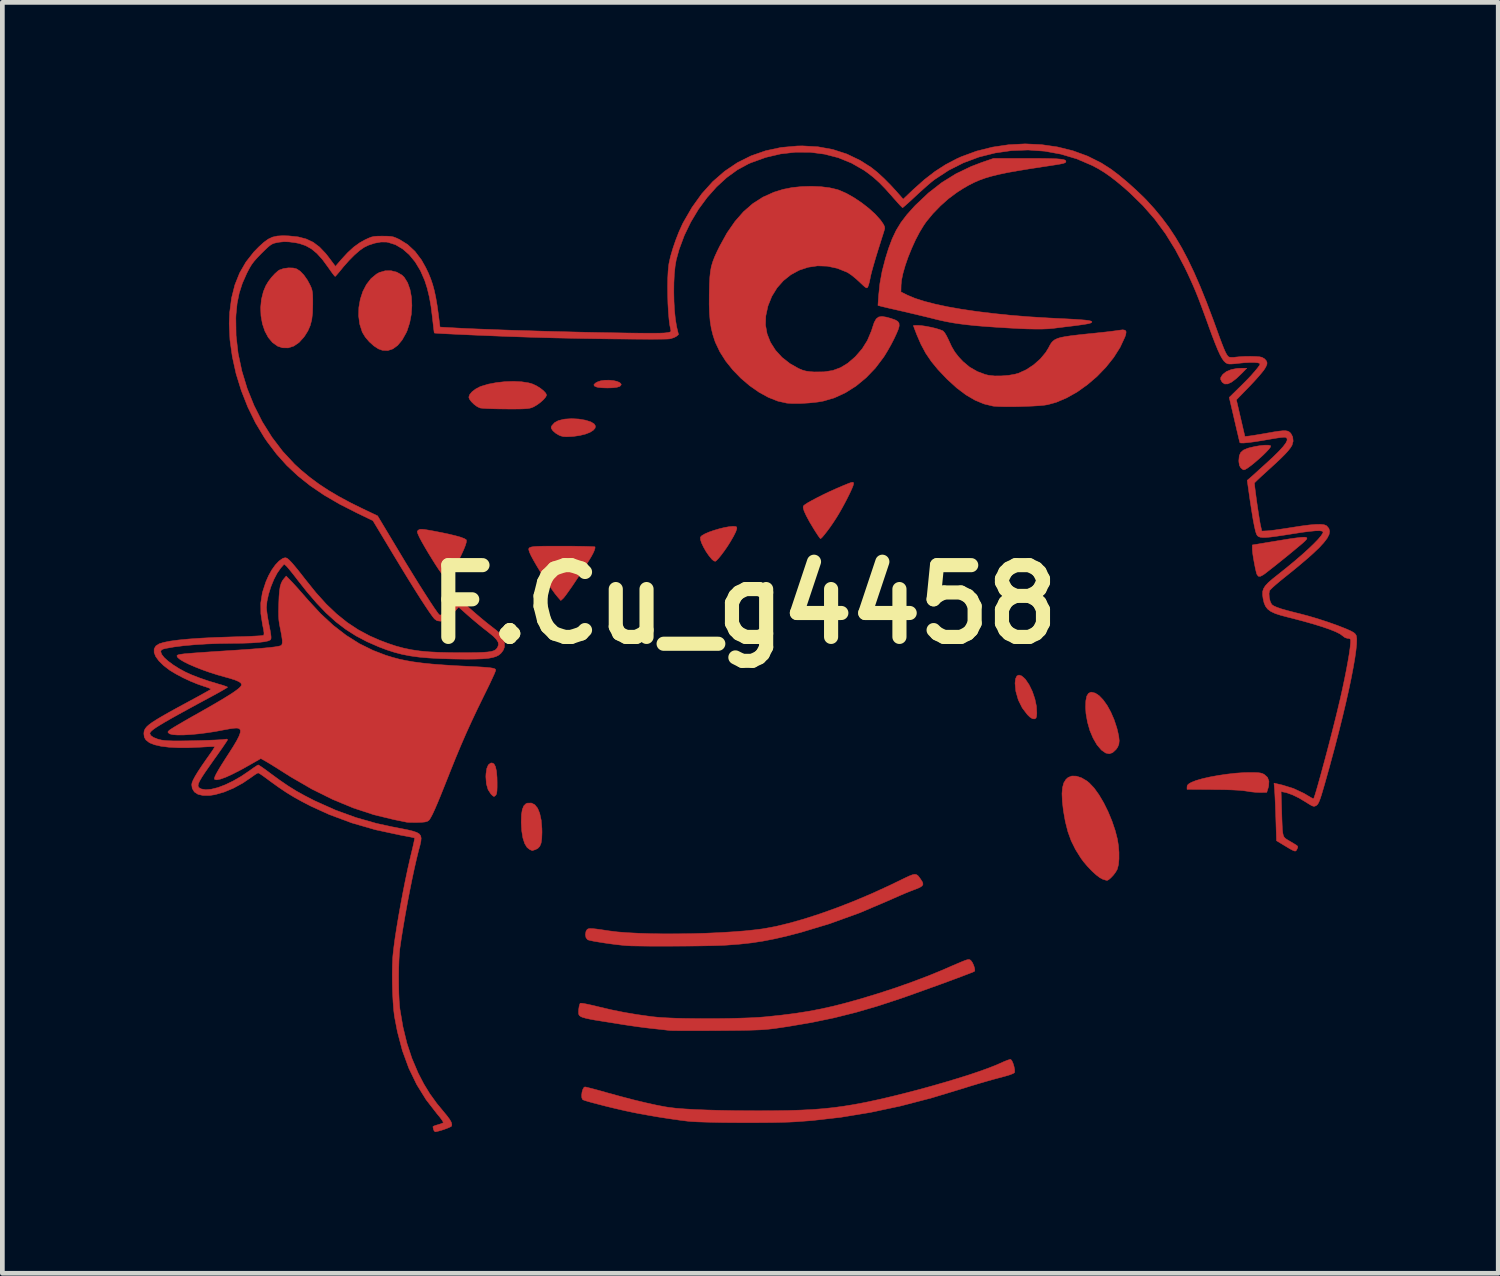
<source format=kicad_pcb>
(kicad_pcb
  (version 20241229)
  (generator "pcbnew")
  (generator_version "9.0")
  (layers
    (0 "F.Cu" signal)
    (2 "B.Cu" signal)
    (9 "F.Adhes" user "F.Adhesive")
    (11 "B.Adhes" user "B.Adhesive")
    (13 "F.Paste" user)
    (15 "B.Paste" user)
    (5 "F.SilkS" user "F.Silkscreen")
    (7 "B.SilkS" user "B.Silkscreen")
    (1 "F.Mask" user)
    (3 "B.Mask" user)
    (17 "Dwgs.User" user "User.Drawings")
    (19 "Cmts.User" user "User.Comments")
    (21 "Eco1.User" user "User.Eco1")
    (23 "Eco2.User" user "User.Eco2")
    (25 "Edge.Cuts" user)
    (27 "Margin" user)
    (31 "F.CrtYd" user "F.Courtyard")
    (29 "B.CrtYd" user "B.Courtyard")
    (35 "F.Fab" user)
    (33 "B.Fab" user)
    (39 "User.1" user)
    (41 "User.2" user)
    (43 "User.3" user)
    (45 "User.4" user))
  (footprint "F.Cu_g4458"
    (layer "F.Cu")
    (at 12.747 9.785)
    (property "Reference" "F.Cu_g4458" (at 0 0 0) (layer "F.SilkS") (effects (font (size 1.524 1.524) (thickness 0.3))))
    (attr through_hole)
    (fp_poly (pts (xy 10.572 -4.908) (xy 10.454 -4.796) (xy 10.355 -4.721) (xy 10.273 -4.683) (xy 10.207 -4.682) (xy 10.157 -4.717) (xy 10.151 -4.725) (xy 10.124 -4.774) (xy 10.124 -4.816) (xy 10.154 -4.865) (xy 10.172 -4.888) (xy 10.245 -4.945) (xy 10.349 -4.988) (xy 10.474 -5.012) (xy 10.56 -5.016) (xy 10.677 -5.016) (xy 10.572 -4.908)) (stroke (width 0.01) (type solid)) (fill yes) (layer "F.Cu"))
    (fp_poly (pts (xy -2.773 -4.754) (xy -2.695 -4.736) (xy -2.637 -4.711) (xy -2.608 -4.679) (xy -2.607 -4.663) (xy -2.635 -4.631) (xy -2.699 -4.611) (xy -2.79 -4.6) (xy -2.897 -4.597) (xy -3.003 -4.6) (xy -3.093 -4.609) (xy -3.129 -4.617) (xy -3.178 -4.64) (xy -3.186 -4.667) (xy -3.153 -4.701) (xy -3.11 -4.725) (xy -3.04 -4.749) (xy -2.954 -4.761) (xy -2.862 -4.762) (xy -2.773 -4.754)) (stroke (width 0.01) (type solid)) (fill yes) (layer "F.Cu"))
    (fp_poly (pts (xy -5.309 3.384) (xy -5.277 3.442) (xy -5.255 3.539) (xy -5.243 3.676) (xy -5.241 3.772) (xy -5.241 3.883) (xy -5.244 3.959) (xy -5.251 4.008) (xy -5.262 4.04) (xy -5.275 4.056) (xy -5.299 4.076) (xy -5.322 4.073) (xy -5.355 4.044) (xy -5.373 4.025) (xy -5.433 3.932) (xy -5.469 3.808) (xy -5.48 3.659) (xy -5.477 3.595) (xy -5.46 3.482) (xy -5.428 3.407) (xy -5.381 3.37) (xy -5.351 3.365) (xy -5.309 3.384)) (stroke (width 0.01) (type solid)) (fill yes) (layer "F.Cu"))
    (fp_poly (pts (xy 5.899 1.519) (xy 5.968 1.58) (xy 5.977 1.59) (xy 6.056 1.706) (xy 6.125 1.849) (xy 6.178 2.006) (xy 6.211 2.162) (xy 6.219 2.304) (xy 6.219 2.31) (xy 6.213 2.377) (xy 6.202 2.412) (xy 6.18 2.427) (xy 6.163 2.431) (xy 6.122 2.424) (xy 6.072 2.391) (xy 6.02 2.341) (xy 5.91 2.197) (xy 5.826 2.028) (xy 5.774 1.846) (xy 5.757 1.672) (xy 5.768 1.577) (xy 5.796 1.519) (xy 5.841 1.499) (xy 5.899 1.519)) (stroke (width 0.01) (type solid)) (fill yes) (layer "F.Cu"))
    (fp_poly (pts (xy 11.179 -3.372) (xy 11.186 -3.366) (xy 11.179 -3.34) (xy 11.144 -3.294) (xy 11.088 -3.234) (xy 11.017 -3.164) (xy 10.936 -3.091) (xy 10.853 -3.019) (xy 10.773 -2.954) (xy 10.702 -2.902) (xy 10.647 -2.868) (xy 10.616 -2.857) (xy 10.584 -2.872) (xy 10.55 -2.902) (xy 10.522 -2.952) (xy 10.51 -3.026) (xy 10.509 -3.059) (xy 10.518 -3.157) (xy 10.549 -3.227) (xy 10.607 -3.278) (xy 10.699 -3.317) (xy 10.744 -3.329) (xy 10.858 -3.355) (xy 10.966 -3.373) (xy 11.061 -3.382) (xy 11.135 -3.382) (xy 11.179 -3.372)) (stroke (width 0.01) (type solid)) (fill yes) (layer "F.Cu"))
    (fp_poly (pts (xy -4.441 4.253) (xy -4.381 4.327) (xy -4.336 4.437) (xy -4.305 4.581) (xy -4.29 4.758) (xy -4.288 4.837) (xy -4.293 4.97) (xy -4.307 5.067) (xy -4.335 5.135) (xy -4.377 5.18) (xy -4.426 5.205) (xy -4.472 5.22) (xy -4.495 5.227) (xy -4.496 5.227) (xy -4.514 5.219) (xy -4.544 5.207) (xy -4.605 5.16) (xy -4.656 5.076) (xy -4.694 4.958) (xy -4.718 4.809) (xy -4.729 4.634) (xy -4.729 4.614) (xy -4.724 4.465) (xy -4.706 4.354) (xy -4.675 4.277) (xy -4.629 4.232) (xy -4.598 4.219) (xy -4.513 4.217) (xy -4.441 4.253)) (stroke (width 0.01) (type solid)) (fill yes) (layer "F.Cu"))
    (fp_poly (pts (xy -3.508 -3.937) (xy -3.366 -3.913) (xy -3.249 -3.876) (xy -3.248 -3.875) (xy -3.181 -3.834) (xy -3.153 -3.789) (xy -3.161 -3.743) (xy -3.202 -3.697) (xy -3.271 -3.654) (xy -3.367 -3.617) (xy -3.486 -3.588) (xy -3.624 -3.568) (xy -3.672 -3.565) (xy -3.768 -3.561) (xy -3.837 -3.565) (xy -3.893 -3.58) (xy -3.928 -3.595) (xy -3.994 -3.634) (xy -4.05 -3.682) (xy -4.061 -3.694) (xy -4.09 -3.738) (xy -4.093 -3.769) (xy -4.078 -3.797) (xy -4.021 -3.86) (xy -3.942 -3.903) (xy -3.832 -3.931) (xy -3.801 -3.936) (xy -3.658 -3.945) (xy -3.508 -3.937)) (stroke (width 0.01) (type solid)) (fill yes) (layer "F.Cu"))
    (fp_poly (pts (xy 7.461 1.883) (xy 7.546 1.94) (xy 7.631 2.03) (xy 7.715 2.148) (xy 7.792 2.289) (xy 7.861 2.448) (xy 7.918 2.622) (xy 7.931 2.672) (xy 7.959 2.798) (xy 7.969 2.895) (xy 7.961 2.971) (xy 7.933 3.035) (xy 7.899 3.082) (xy 7.828 3.147) (xy 7.757 3.171) (xy 7.682 3.155) (xy 7.6 3.098) (xy 7.587 3.087) (xy 7.496 2.98) (xy 7.415 2.84) (xy 7.346 2.677) (xy 7.295 2.498) (xy 7.263 2.315) (xy 7.255 2.18) (xy 7.26 2.045) (xy 7.28 1.947) (xy 7.316 1.888) (xy 7.368 1.863) (xy 7.38 1.863) (xy 7.461 1.883)) (stroke (width 0.01) (type solid)) (fill yes) (layer "F.Cu"))
    (fp_poly (pts (xy -0.173 -1.654) (xy -0.155 -1.644) (xy -0.151 -1.61) (xy -0.173 -1.544) (xy -0.222 -1.446) (xy -0.291 -1.327) (xy -0.351 -1.232) (xy -0.416 -1.138) (xy -0.479 -1.053) (xy -0.537 -0.982) (xy -0.582 -0.934) (xy -0.607 -0.916) (xy -0.637 -0.924) (xy -0.677 -0.955) (xy -0.678 -0.957) (xy -0.741 -1.032) (xy -0.802 -1.12) (xy -0.855 -1.212) (xy -0.897 -1.299) (xy -0.922 -1.373) (xy -0.925 -1.424) (xy -0.924 -1.429) (xy -0.893 -1.462) (xy -0.829 -1.499) (xy -0.741 -1.537) (xy -0.638 -1.573) (xy -0.526 -1.606) (xy -0.416 -1.633) (xy -0.315 -1.651) (xy -0.231 -1.659) (xy -0.173 -1.654)) (stroke (width 0.01) (type solid)) (fill yes) (layer "F.Cu"))
    (fp_poly (pts (xy -7.37 -7.055) (xy -7.264 -6.995) (xy -7.213 -6.946) (xy -7.142 -6.832) (xy -7.091 -6.688) (xy -7.06 -6.524) (xy -7.051 -6.346) (xy -7.063 -6.163) (xy -7.097 -5.983) (xy -7.152 -5.813) (xy -7.172 -5.769) (xy -7.257 -5.617) (xy -7.352 -5.502) (xy -7.454 -5.427) (xy -7.562 -5.391) (xy -7.675 -5.396) (xy -7.758 -5.425) (xy -7.856 -5.488) (xy -7.955 -5.577) (xy -8.041 -5.678) (xy -8.103 -5.78) (xy -8.106 -5.788) (xy -8.159 -5.954) (xy -8.182 -6.129) (xy -8.177 -6.307) (xy -8.146 -6.482) (xy -8.092 -6.647) (xy -8.015 -6.795) (xy -7.918 -6.92) (xy -7.803 -7.015) (xy -7.74 -7.05) (xy -7.618 -7.085) (xy -7.491 -7.086) (xy -7.37 -7.055)) (stroke (width 0.01) (type solid)) (fill yes) (layer "F.Cu"))
    (fp_poly (pts (xy 10.833 3.569) (xy 10.913 3.572) (xy 10.969 3.579) (xy 11.011 3.591) (xy 11.049 3.61) (xy 11.117 3.671) (xy 11.148 3.753) (xy 11.142 3.855) (xy 11.131 3.897) (xy 11.102 3.99) (xy 10.964 3.993) (xy 10.867 3.989) (xy 10.757 3.978) (xy 10.679 3.965) (xy 10.603 3.954) (xy 10.498 3.945) (xy 10.361 3.938) (xy 10.188 3.933) (xy 9.976 3.931) (xy 9.97 3.93) (xy 9.409 3.926) (xy 9.409 3.875) (xy 9.418 3.837) (xy 9.453 3.805) (xy 9.504 3.777) (xy 9.604 3.737) (xy 9.738 3.699) (xy 9.897 3.663) (xy 10.073 3.631) (xy 10.258 3.604) (xy 10.443 3.583) (xy 10.619 3.571) (xy 10.721 3.569) (xy 10.833 3.569)) (stroke (width 0.01) (type solid)) (fill yes) (layer "F.Cu"))
    (fp_poly (pts (xy 11.94 -1.423) (xy 11.956 -1.409) (xy 11.948 -1.386) (xy 11.919 -1.353) (xy 11.872 -1.309) (xy 11.809 -1.255) (xy 11.797 -1.246) (xy 11.711 -1.174) (xy 11.611 -1.091) (xy 11.502 -1.002) (xy 11.39 -0.912) (xy 11.283 -0.826) (xy 11.186 -0.75) (xy 11.106 -0.687) (xy 11.048 -0.643) (xy 11.028 -0.629) (xy 10.965 -0.596) (xy 10.921 -0.6) (xy 10.891 -0.643) (xy 10.882 -0.672) (xy 10.86 -0.764) (xy 10.839 -0.871) (xy 10.819 -0.981) (xy 10.804 -1.081) (xy 10.796 -1.159) (xy 10.795 -1.184) (xy 10.795 -1.263) (xy 11.202 -1.33) (xy 11.415 -1.365) (xy 11.588 -1.393) (xy 11.724 -1.412) (xy 11.827 -1.424) (xy 11.898 -1.428) (xy 11.94 -1.423)) (stroke (width 0.01) (type solid)) (fill yes) (layer "F.Cu"))
    (fp_poly (pts (xy -6.777 -1.591) (xy -6.699 -1.578) (xy -6.592 -1.559) (xy -6.449 -1.531) (xy -6.445 -1.531) (xy -6.27 -1.494) (xy -6.125 -1.459) (xy -6.012 -1.427) (xy -5.935 -1.398) (xy -5.896 -1.372) (xy -5.893 -1.367) (xy -5.894 -1.325) (xy -5.914 -1.255) (xy -5.951 -1.163) (xy -6 -1.056) (xy -6.057 -0.941) (xy -6.121 -0.825) (xy -6.187 -0.715) (xy -6.251 -0.618) (xy -6.277 -0.582) (xy -6.321 -0.524) (xy -6.429 -0.67) (xy -6.485 -0.749) (xy -6.553 -0.853) (xy -6.627 -0.971) (xy -6.703 -1.095) (xy -6.775 -1.217) (xy -6.838 -1.327) (xy -6.886 -1.416) (xy -6.906 -1.459) (xy -6.93 -1.516) (xy -6.936 -1.548) (xy -6.925 -1.568) (xy -6.912 -1.579) (xy -6.893 -1.59) (xy -6.868 -1.596) (xy -6.832 -1.596) (xy -6.777 -1.591)) (stroke (width 0.01) (type solid)) (fill yes) (layer "F.Cu"))
    (fp_poly (pts (xy -9.57 -7.144) (xy -9.502 -7.127) (xy -9.425 -7.078) (xy -9.345 -6.995) (xy -9.269 -6.887) (xy -9.213 -6.782) (xy -9.189 -6.729) (xy -9.173 -6.681) (xy -9.163 -6.629) (xy -9.157 -6.564) (xy -9.155 -6.475) (xy -9.155 -6.371) (xy -9.16 -6.193) (xy -9.177 -6.046) (xy -9.21 -5.921) (xy -9.26 -5.807) (xy -9.33 -5.696) (xy -9.343 -5.678) (xy -9.447 -5.563) (xy -9.559 -5.486) (xy -9.677 -5.448) (xy -9.797 -5.45) (xy -9.901 -5.484) (xy -10.01 -5.561) (xy -10.101 -5.67) (xy -10.173 -5.805) (xy -10.225 -5.96) (xy -10.255 -6.127) (xy -10.262 -6.302) (xy -10.246 -6.476) (xy -10.204 -6.644) (xy -10.152 -6.768) (xy -10.1 -6.855) (xy -10.033 -6.944) (xy -9.96 -7.023) (xy -9.893 -7.083) (xy -9.863 -7.102) (xy -9.775 -7.133) (xy -9.671 -7.147) (xy -9.57 -7.144)) (stroke (width 0.01) (type solid)) (fill yes) (layer "F.Cu"))
    (fp_poly (pts (xy 2.318 -2.593) (xy 2.327 -2.583) (xy 2.328 -2.564) (xy 2.328 -2.561) (xy 2.318 -2.522) (xy 2.29 -2.453) (xy 2.248 -2.362) (xy 2.195 -2.255) (xy 2.135 -2.14) (xy 2.071 -2.023) (xy 2.007 -1.912) (xy 1.957 -1.831) (xy 1.897 -1.739) (xy 1.833 -1.646) (xy 1.769 -1.559) (xy 1.711 -1.485) (xy 1.664 -1.429) (xy 1.633 -1.4) (xy 1.626 -1.397) (xy 1.609 -1.414) (xy 1.576 -1.46) (xy 1.532 -1.527) (xy 1.493 -1.588) (xy 1.395 -1.751) (xy 1.324 -1.883) (xy 1.278 -1.983) (xy 1.258 -2.052) (xy 1.262 -2.091) (xy 1.292 -2.117) (xy 1.354 -2.158) (xy 1.443 -2.208) (xy 1.553 -2.266) (xy 1.676 -2.328) (xy 1.807 -2.391) (xy 1.94 -2.451) (xy 1.99 -2.473) (xy 2.112 -2.525) (xy 2.2 -2.561) (xy 2.261 -2.584) (xy 2.298 -2.594) (xy 2.318 -2.593)) (stroke (width 0.01) (type solid)) (fill yes) (layer "F.Cu"))
    (fp_poly (pts (xy -4.719 -4.728) (xy -4.571 -4.705) (xy -4.486 -4.68) (xy -4.403 -4.641) (xy -4.323 -4.591) (xy -4.255 -4.537) (xy -4.208 -4.486) (xy -4.191 -4.446) (xy -4.208 -4.407) (xy -4.252 -4.354) (xy -4.314 -4.297) (xy -4.386 -4.243) (xy -4.458 -4.2) (xy -4.479 -4.19) (xy -4.514 -4.176) (xy -4.553 -4.166) (xy -4.6 -4.159) (xy -4.663 -4.154) (xy -4.748 -4.151) (xy -4.861 -4.15) (xy -5.008 -4.15) (xy -5.055 -4.151) (xy -5.198 -4.152) (xy -5.33 -4.155) (xy -5.444 -4.159) (xy -5.533 -4.164) (xy -5.59 -4.17) (xy -5.604 -4.172) (xy -5.665 -4.201) (xy -5.73 -4.249) (xy -5.788 -4.306) (xy -5.829 -4.362) (xy -5.842 -4.402) (xy -5.823 -4.457) (xy -5.772 -4.517) (xy -5.696 -4.575) (xy -5.605 -4.623) (xy -5.581 -4.632) (xy -5.428 -4.678) (xy -5.254 -4.711) (xy -5.071 -4.731) (xy -4.89 -4.737) (xy -4.719 -4.728)) (stroke (width 0.01) (type solid)) (fill yes) (layer "F.Cu"))
    (fp_poly (pts (xy -3.688 -1.238) (xy -3.537 -1.236) (xy -3.404 -1.234) (xy -3.295 -1.231) (xy -3.216 -1.228) (xy -3.17 -1.224) (xy -3.162 -1.222) (xy -3.162 -1.196) (xy -3.178 -1.144) (xy -3.205 -1.084) (xy -3.236 -1.026) (xy -3.286 -0.943) (xy -3.349 -0.842) (xy -3.422 -0.728) (xy -3.5 -0.609) (xy -3.579 -0.49) (xy -3.654 -0.378) (xy -3.723 -0.28) (xy -3.78 -0.201) (xy -3.821 -0.148) (xy -3.836 -0.131) (xy -3.889 -0.083) (xy -3.955 -0.159) (xy -4.012 -0.229) (xy -4.082 -0.326) (xy -4.16 -0.441) (xy -4.243 -0.567) (xy -4.325 -0.697) (xy -4.401 -0.823) (xy -4.467 -0.937) (xy -4.519 -1.033) (xy -4.551 -1.103) (xy -4.552 -1.107) (xy -4.564 -1.142) (xy -4.57 -1.17) (xy -4.566 -1.192) (xy -4.549 -1.208) (xy -4.513 -1.22) (xy -4.456 -1.229) (xy -4.374 -1.234) (xy -4.262 -1.237) (xy -4.118 -1.238) (xy -3.936 -1.238) (xy -3.853 -1.238) (xy -3.688 -1.238)) (stroke (width 0.01) (type solid)) (fill yes) (layer "F.Cu"))
    (fp_poly (pts (xy 7.059 3.646) (xy 7.165 3.68) (xy 7.275 3.744) (xy 7.335 3.792) (xy 7.437 3.9) (xy 7.539 4.042) (xy 7.639 4.211) (xy 7.732 4.399) (xy 7.815 4.599) (xy 7.884 4.803) (xy 7.929 4.977) (xy 7.952 5.119) (xy 7.964 5.265) (xy 7.964 5.404) (xy 7.953 5.525) (xy 7.929 5.618) (xy 7.924 5.63) (xy 7.891 5.687) (xy 7.845 5.748) (xy 7.793 5.803) (xy 7.746 5.844) (xy 7.712 5.861) (xy 7.709 5.861) (xy 7.681 5.854) (xy 7.63 5.838) (xy 7.621 5.836) (xy 7.559 5.803) (xy 7.479 5.742) (xy 7.39 5.661) (xy 7.299 5.566) (xy 7.213 5.465) (xy 7.155 5.386) (xy 7.041 5.204) (xy 6.95 5.021) (xy 6.879 4.825) (xy 6.824 4.608) (xy 6.783 4.374) (xy 6.761 4.178) (xy 6.754 4.017) (xy 6.765 3.889) (xy 6.792 3.789) (xy 6.838 3.715) (xy 6.884 3.674) (xy 6.963 3.643) (xy 7.059 3.646)) (stroke (width 0.01) (type solid)) (fill yes) (layer "F.Cu"))
    (fp_poly (pts (xy 3.665 5.738) (xy 3.697 5.761) (xy 3.728 5.8) (xy 3.756 5.84) (xy 3.792 5.897) (xy 3.802 5.941) (xy 3.783 5.977) (xy 3.731 6.011) (xy 3.643 6.047) (xy 3.608 6.06) (xy 3.532 6.089) (xy 3.428 6.131) (xy 3.307 6.183) (xy 3.18 6.239) (xy 3.102 6.274) (xy 2.461 6.547) (xy 1.819 6.779) (xy 1.207 6.964) (xy 0.915 7.04) (xy 0.65 7.101) (xy 0.403 7.149) (xy 0.161 7.186) (xy -0.086 7.213) (xy -0.349 7.233) (xy -0.434 7.238) (xy -0.535 7.242) (xy -0.668 7.246) (xy -0.826 7.249) (xy -1.004 7.252) (xy -1.196 7.254) (xy -1.395 7.255) (xy -1.595 7.256) (xy -1.79 7.256) (xy -1.973 7.256) (xy -2.14 7.254) (xy -2.283 7.252) (xy -2.396 7.25) (xy -2.473 7.246) (xy -2.477 7.246) (xy -2.578 7.237) (xy -2.696 7.224) (xy -2.822 7.208) (xy -2.949 7.19) (xy -3.069 7.171) (xy -3.174 7.154) (xy -3.256 7.137) (xy -3.307 7.124) (xy -3.318 7.12) (xy -3.354 7.075) (xy -3.366 7.011) (xy -3.354 6.943) (xy -3.337 6.912) (xy -3.322 6.896) (xy -3.3 6.886) (xy -3.265 6.882) (xy -3.212 6.884) (xy -3.134 6.892) (xy -3.027 6.907) (xy -2.885 6.928) (xy -2.868 6.931) (xy -2.692 6.953) (xy -2.48 6.97) (xy -2.238 6.982) (xy -1.973 6.991) (xy -1.69 6.995) (xy -1.396 6.994) (xy -1.096 6.99) (xy -0.798 6.981) (xy -0.507 6.968) (xy -0.23 6.951) (xy 0.029 6.931) (xy 0.261 6.906) (xy 0.393 6.889) (xy 0.663 6.84) (xy 0.962 6.768) (xy 1.286 6.676) (xy 1.629 6.565) (xy 1.986 6.437) (xy 2.352 6.294) (xy 2.722 6.137) (xy 3.091 5.968) (xy 3.289 5.872) (xy 3.415 5.811) (xy 3.509 5.767) (xy 3.578 5.74) (xy 3.628 5.731) (xy 3.665 5.738)) (stroke (width 0.01) (type solid)) (fill yes) (layer "F.Cu"))
    (fp_poly (pts (xy 3.766 -5.921) (xy 3.863 -5.907) (xy 3.967 -5.887) (xy 4.069 -5.863) (xy 4.155 -5.837) (xy 4.216 -5.814) (xy 4.231 -5.805) (xy 4.264 -5.767) (xy 4.303 -5.702) (xy 4.342 -5.623) (xy 4.349 -5.608) (xy 4.411 -5.474) (xy 4.476 -5.364) (xy 4.555 -5.261) (xy 4.651 -5.158) (xy 4.791 -5.041) (xy 4.955 -4.946) (xy 5.127 -4.882) (xy 5.196 -4.866) (xy 5.323 -4.852) (xy 5.47 -4.853) (xy 5.62 -4.865) (xy 5.757 -4.889) (xy 5.831 -4.91) (xy 5.996 -4.985) (xy 6.153 -5.089) (xy 6.295 -5.215) (xy 6.41 -5.353) (xy 6.469 -5.45) (xy 6.498 -5.506) (xy 6.527 -5.553) (xy 6.56 -5.59) (xy 6.601 -5.621) (xy 6.656 -5.647) (xy 6.727 -5.669) (xy 6.821 -5.687) (xy 6.94 -5.705) (xy 7.09 -5.723) (xy 7.274 -5.743) (xy 7.419 -5.757) (xy 7.557 -5.772) (xy 7.689 -5.786) (xy 7.805 -5.8) (xy 7.897 -5.812) (xy 7.956 -5.821) (xy 7.958 -5.821) (xy 8.045 -5.832) (xy 8.096 -5.822) (xy 8.116 -5.789) (xy 8.107 -5.728) (xy 8.089 -5.677) (xy 7.988 -5.46) (xy 7.852 -5.245) (xy 7.687 -5.038) (xy 7.499 -4.843) (xy 7.293 -4.667) (xy 7.076 -4.512) (xy 6.852 -4.386) (xy 6.628 -4.291) (xy 6.449 -4.242) (xy 6.371 -4.23) (xy 6.261 -4.22) (xy 6.127 -4.212) (xy 5.977 -4.206) (xy 5.821 -4.201) (xy 5.668 -4.199) (xy 5.527 -4.2) (xy 5.406 -4.203) (xy 5.315 -4.209) (xy 5.288 -4.212) (xy 5.097 -4.258) (xy 4.907 -4.337) (xy 4.716 -4.449) (xy 4.519 -4.597) (xy 4.314 -4.784) (xy 4.295 -4.804) (xy 4.121 -4.987) (xy 3.978 -5.161) (xy 3.859 -5.337) (xy 3.758 -5.526) (xy 3.667 -5.736) (xy 3.661 -5.753) (xy 3.632 -5.828) (xy 3.61 -5.887) (xy 3.599 -5.918) (xy 3.598 -5.921) (xy 3.617 -5.924) (xy 3.665 -5.926) (xy 3.688 -5.926) (xy 3.766 -5.921)) (stroke (width 0.01) (type solid)) (fill yes) (layer "F.Cu"))
    (fp_poly (pts (xy 5.689 9.688) (xy 5.714 9.743) (xy 5.735 9.811) (xy 5.748 9.877) (xy 5.749 9.928) (xy 5.745 9.942) (xy 5.715 9.961) (xy 5.649 9.987) (xy 5.549 10.017) (xy 5.421 10.052) (xy 5.407 10.055) (xy 5.284 10.088) (xy 5.133 10.131) (xy 4.968 10.179) (xy 4.803 10.229) (xy 4.657 10.275) (xy 3.98 10.48) (xy 3.323 10.651) (xy 2.683 10.787) (xy 2.057 10.89) (xy 1.441 10.96) (xy 1.101 10.985) (xy 0.965 10.992) (xy 0.8 10.997) (xy 0.612 11.001) (xy 0.408 11.003) (xy 0.192 11.004) (xy -0.028 11.004) (xy -0.247 11.003) (xy -0.459 11.001) (xy -0.657 10.997) (xy -0.837 10.992) (xy -0.991 10.987) (xy -1.115 10.98) (xy -1.192 10.973) (xy -1.38 10.949) (xy -1.595 10.918) (xy -1.822 10.883) (xy -2.047 10.844) (xy -2.256 10.806) (xy -2.381 10.781) (xy -2.509 10.754) (xy -2.649 10.722) (xy -2.794 10.688) (xy -2.937 10.653) (xy -3.073 10.618) (xy -3.196 10.586) (xy -3.298 10.558) (xy -3.374 10.535) (xy -3.417 10.519) (xy -3.423 10.516) (xy -3.442 10.479) (xy -3.446 10.421) (xy -3.438 10.355) (xy -3.42 10.295) (xy -3.396 10.255) (xy -3.376 10.245) (xy -3.347 10.25) (xy -3.284 10.266) (xy -3.193 10.289) (xy -3.082 10.319) (xy -2.956 10.354) (xy -2.927 10.363) (xy -2.62 10.447) (xy -2.338 10.521) (xy -2.084 10.582) (xy -1.862 10.631) (xy -1.675 10.667) (xy -1.598 10.679) (xy -1.451 10.697) (xy -1.264 10.712) (xy -1.041 10.725) (xy -0.784 10.735) (xy -0.495 10.743) (xy -0.179 10.749) (xy 0.163 10.751) (xy 0.296 10.752) (xy 0.633 10.75) (xy 0.934 10.746) (xy 1.206 10.737) (xy 1.453 10.725) (xy 1.684 10.707) (xy 1.903 10.684) (xy 2.118 10.655) (xy 2.334 10.62) (xy 2.557 10.578) (xy 2.645 10.56) (xy 2.903 10.504) (xy 3.174 10.44) (xy 3.454 10.37) (xy 3.738 10.296) (xy 4.019 10.218) (xy 4.293 10.139) (xy 4.555 10.06) (xy 4.799 9.983) (xy 5.02 9.908) (xy 5.212 9.838) (xy 5.371 9.775) (xy 5.438 9.745) (xy 5.523 9.707) (xy 5.596 9.678) (xy 5.647 9.662) (xy 5.665 9.661) (xy 5.689 9.688)) (stroke (width 0.01) (type solid)) (fill yes) (layer "F.Cu"))
    (fp_poly (pts (xy 4.791 7.542) (xy 4.806 7.55) (xy 4.821 7.563) (xy 4.821 7.563) (xy 4.851 7.604) (xy 4.878 7.661) (xy 4.897 7.722) (xy 4.903 7.77) (xy 4.896 7.79) (xy 4.872 7.802) (xy 4.812 7.826) (xy 4.722 7.861) (xy 4.606 7.905) (xy 4.469 7.956) (xy 4.315 8.013) (xy 4.149 8.074) (xy 3.976 8.136) (xy 3.801 8.199) (xy 3.628 8.261) (xy 3.462 8.32) (xy 3.334 8.365) (xy 2.848 8.525) (xy 2.378 8.662) (xy 1.91 8.779) (xy 1.432 8.878) (xy 0.932 8.963) (xy 0.688 8.999) (xy 0.605 9.01) (xy 0.523 9.019) (xy 0.439 9.027) (xy 0.346 9.033) (xy 0.24 9.037) (xy 0.115 9.041) (xy -0.033 9.044) (xy -0.21 9.046) (xy -0.421 9.048) (xy -0.572 9.049) (xy -0.769 9.05) (xy -0.956 9.051) (xy -1.127 9.051) (xy -1.277 9.051) (xy -1.402 9.05) (xy -1.497 9.049) (xy -1.558 9.048) (xy -1.577 9.046) (xy -1.621 9.041) (xy -1.697 9.032) (xy -1.796 9.021) (xy -1.908 9.009) (xy -1.945 9.005) (xy -2.084 8.989) (xy -2.246 8.968) (xy -2.412 8.944) (xy -2.562 8.922) (xy -2.58 8.919) (xy -2.72 8.896) (xy -2.871 8.872) (xy -3.016 8.849) (xy -3.139 8.829) (xy -3.161 8.826) (xy -3.265 8.807) (xy -3.357 8.787) (xy -3.428 8.767) (xy -3.465 8.751) (xy -3.496 8.727) (xy -3.51 8.697) (xy -3.512 8.648) (xy -3.509 8.6) (xy -3.499 8.533) (xy -3.485 8.484) (xy -3.474 8.468) (xy -3.446 8.468) (xy -3.384 8.477) (xy -3.296 8.495) (xy -3.189 8.519) (xy -3.095 8.542) (xy -2.819 8.607) (xy -2.546 8.662) (xy -2.26 8.71) (xy -1.948 8.754) (xy -1.926 8.756) (xy -1.803 8.768) (xy -1.644 8.778) (xy -1.455 8.786) (xy -1.244 8.791) (xy -1.018 8.794) (xy -0.781 8.795) (xy -0.542 8.794) (xy -0.307 8.791) (xy -0.082 8.785) (xy 0.126 8.778) (xy 0.311 8.768) (xy 0.465 8.756) (xy 0.797 8.721) (xy 1.096 8.683) (xy 1.375 8.639) (xy 1.642 8.588) (xy 1.909 8.528) (xy 2.106 8.478) (xy 2.472 8.377) (xy 2.847 8.263) (xy 3.222 8.141) (xy 3.585 8.012) (xy 3.928 7.882) (xy 4.239 7.754) (xy 4.265 7.742) (xy 4.418 7.675) (xy 4.538 7.624) (xy 4.628 7.586) (xy 4.693 7.56) (xy 4.739 7.545) (xy 4.77 7.54) (xy 4.791 7.542)) (stroke (width 0.01) (type solid)) (fill yes) (layer "F.Cu"))
    (fp_poly (pts (xy 6.207 -9.472) (xy 6.385 -9.47) (xy 6.527 -9.467) (xy 6.638 -9.463) (xy 6.72 -9.456) (xy 6.778 -9.448) (xy 6.814 -9.437) (xy 6.833 -9.423) (xy 6.837 -9.41) (xy 6.835 -9.396) (xy 6.827 -9.385) (xy 6.807 -9.374) (xy 6.771 -9.363) (xy 6.713 -9.351) (xy 6.629 -9.337) (xy 6.514 -9.319) (xy 6.362 -9.296) (xy 6.335 -9.292) (xy 6.056 -9.249) (xy 5.814 -9.209) (xy 5.605 -9.172) (xy 5.424 -9.134) (xy 5.266 -9.096) (xy 5.126 -9.055) (xy 5.001 -9.01) (xy 4.884 -8.959) (xy 4.772 -8.902) (xy 4.66 -8.837) (xy 4.542 -8.762) (xy 4.51 -8.74) (xy 4.342 -8.615) (xy 4.173 -8.464) (xy 4.013 -8.299) (xy 3.875 -8.132) (xy 3.819 -8.052) (xy 3.73 -7.906) (xy 3.643 -7.74) (xy 3.562 -7.561) (xy 3.488 -7.379) (xy 3.426 -7.201) (xy 3.378 -7.034) (xy 3.347 -6.888) (xy 3.337 -6.784) (xy 3.334 -6.636) (xy 3.471 -6.568) (xy 3.627 -6.502) (xy 3.822 -6.439) (xy 4.054 -6.379) (xy 4.319 -6.322) (xy 4.614 -6.27) (xy 4.938 -6.222) (xy 5.287 -6.179) (xy 5.657 -6.141) (xy 6.047 -6.109) (xy 6.453 -6.084) (xy 6.646 -6.074) (xy 6.852 -6.064) (xy 7.018 -6.055) (xy 7.149 -6.046) (xy 7.248 -6.038) (xy 7.318 -6.029) (xy 7.362 -6.019) (xy 7.385 -6.009) (xy 7.389 -6.001) (xy 7.382 -5.987) (xy 7.357 -5.974) (xy 7.308 -5.961) (xy 7.231 -5.948) (xy 7.122 -5.932) (xy 6.985 -5.914) (xy 6.865 -5.9) (xy 6.746 -5.885) (xy 6.641 -5.872) (xy 6.564 -5.862) (xy 6.562 -5.862) (xy 6.461 -5.853) (xy 6.329 -5.848) (xy 6.177 -5.848) (xy 6.015 -5.851) (xy 5.884 -5.856) (xy 5.591 -5.872) (xy 5.335 -5.888) (xy 5.112 -5.904) (xy 4.916 -5.92) (xy 4.744 -5.938) (xy 4.59 -5.957) (xy 4.448 -5.978) (xy 4.316 -6.002) (xy 4.186 -6.029) (xy 4.056 -6.06) (xy 4.043 -6.064) (xy 3.889 -6.102) (xy 3.718 -6.143) (xy 3.545 -6.184) (xy 3.389 -6.221) (xy 3.334 -6.233) (xy 3.214 -6.261) (xy 3.102 -6.286) (xy 3.009 -6.308) (xy 2.943 -6.324) (xy 2.921 -6.329) (xy 2.846 -6.349) (xy 2.86 -6.556) (xy 2.887 -6.815) (xy 2.934 -7.073) (xy 3.004 -7.343) (xy 3.072 -7.562) (xy 3.148 -7.765) (xy 3.233 -7.944) (xy 3.334 -8.11) (xy 3.458 -8.273) (xy 3.611 -8.444) (xy 3.64 -8.475) (xy 3.916 -8.736) (xy 4.202 -8.959) (xy 4.504 -9.146) (xy 4.825 -9.3) (xy 5.045 -9.384) (xy 5.302 -9.472) (xy 5.99 -9.472) (xy 6.207 -9.472)) (stroke (width 0.01) (type solid)) (fill yes) (layer "F.Cu"))
    (fp_poly (pts (xy 1.634 -8.871) (xy 1.823 -8.847) (xy 1.985 -8.809) (xy 2.023 -8.796) (xy 2.174 -8.73) (xy 2.335 -8.639) (xy 2.498 -8.53) (xy 2.652 -8.41) (xy 2.787 -8.288) (xy 2.895 -8.168) (xy 2.917 -8.139) (xy 2.963 -8.071) (xy 2.986 -8.023) (xy 2.99 -7.986) (xy 2.985 -7.963) (xy 2.974 -7.926) (xy 2.952 -7.855) (xy 2.921 -7.759) (xy 2.885 -7.643) (xy 2.845 -7.516) (xy 2.838 -7.493) (xy 2.796 -7.357) (xy 2.757 -7.223) (xy 2.723 -7.103) (xy 2.697 -7.003) (xy 2.682 -6.935) (xy 2.682 -6.932) (xy 2.665 -6.851) (xy 2.647 -6.783) (xy 2.631 -6.742) (xy 2.618 -6.725) (xy 2.601 -6.722) (xy 2.575 -6.737) (xy 2.532 -6.774) (xy 2.466 -6.836) (xy 2.452 -6.85) (xy 2.373 -6.921) (xy 2.291 -6.988) (xy 2.218 -7.038) (xy 2.191 -7.054) (xy 1.981 -7.138) (xy 1.77 -7.183) (xy 1.563 -7.19) (xy 1.362 -7.16) (xy 1.172 -7.097) (xy 0.996 -7.001) (xy 0.838 -6.875) (xy 0.702 -6.721) (xy 0.592 -6.542) (xy 0.51 -6.338) (xy 0.464 -6.126) (xy 0.458 -5.934) (xy 0.492 -5.746) (xy 0.563 -5.566) (xy 0.67 -5.398) (xy 0.809 -5.246) (xy 0.979 -5.113) (xy 1.161 -5.01) (xy 1.242 -4.976) (xy 1.318 -4.955) (xy 1.407 -4.943) (xy 1.489 -4.937) (xy 1.701 -4.939) (xy 1.886 -4.968) (xy 2.052 -5.029) (xy 2.206 -5.123) (xy 2.357 -5.253) (xy 2.369 -5.265) (xy 2.512 -5.43) (xy 2.622 -5.606) (xy 2.706 -5.805) (xy 2.73 -5.88) (xy 2.767 -5.99) (xy 2.809 -6.064) (xy 2.861 -6.104) (xy 2.932 -6.115) (xy 3.027 -6.1) (xy 3.117 -6.075) (xy 3.209 -6.043) (xy 3.266 -6.011) (xy 3.293 -5.973) (xy 3.297 -5.923) (xy 3.293 -5.895) (xy 3.274 -5.833) (xy 3.236 -5.744) (xy 3.186 -5.637) (xy 3.126 -5.521) (xy 3.061 -5.405) (xy 2.997 -5.299) (xy 2.967 -5.252) (xy 2.792 -5.02) (xy 2.595 -4.815) (xy 2.382 -4.639) (xy 2.156 -4.496) (xy 1.922 -4.388) (xy 1.684 -4.318) (xy 1.574 -4.299) (xy 1.376 -4.278) (xy 1.19 -4.267) (xy 1.027 -4.267) (xy 0.909 -4.275) (xy 0.718 -4.318) (xy 0.519 -4.397) (xy 0.319 -4.507) (xy 0.124 -4.643) (xy -0.063 -4.802) (xy -0.234 -4.978) (xy -0.386 -5.167) (xy -0.511 -5.364) (xy -0.606 -5.564) (xy -0.615 -5.588) (xy -0.659 -5.724) (xy -0.693 -5.861) (xy -0.717 -6.009) (xy -0.731 -6.175) (xy -0.738 -6.365) (xy -0.737 -6.589) (xy -0.736 -6.633) (xy -0.732 -6.809) (xy -0.724 -6.953) (xy -0.711 -7.072) (xy -0.692 -7.177) (xy -0.662 -7.277) (xy -0.622 -7.381) (xy -0.568 -7.499) (xy -0.516 -7.605) (xy -0.359 -7.889) (xy -0.19 -8.133) (xy -0.009 -8.34) (xy 0.189 -8.512) (xy 0.403 -8.649) (xy 0.637 -8.754) (xy 0.834 -8.815) (xy 1.02 -8.852) (xy 1.222 -8.873) (xy 1.43 -8.879) (xy 1.634 -8.871)) (stroke (width 0.01) (type solid)) (fill yes) (layer "F.Cu"))
    (fp_poly (pts (xy -9.617 -0.497) (xy -9.569 -0.446) (xy -9.5 -0.371) (xy -9.418 -0.278) (xy -9.328 -0.176) (xy -9.253 -0.09) (xy -8.988 0.197) (xy -8.721 0.444) (xy -8.449 0.654) (xy -8.169 0.831) (xy -7.875 0.976) (xy -7.604 1.08) (xy -7.464 1.123) (xy -7.322 1.161) (xy -7.171 1.193) (xy -7.007 1.221) (xy -6.825 1.245) (xy -6.62 1.266) (xy -6.386 1.284) (xy -6.119 1.301) (xy -5.895 1.312) (xy -5.715 1.321) (xy -5.573 1.329) (xy -5.464 1.337) (xy -5.385 1.345) (xy -5.33 1.354) (xy -5.296 1.364) (xy -5.277 1.376) (xy -5.271 1.39) (xy -5.271 1.396) (xy -5.28 1.424) (xy -5.305 1.485) (xy -5.345 1.572) (xy -5.396 1.682) (xy -5.457 1.807) (xy -5.522 1.939) (xy -5.66 2.221) (xy -5.784 2.484) (xy -5.9 2.739) (xy -6.012 2.997) (xy -6.126 3.27) (xy -6.246 3.569) (xy -6.276 3.645) (xy -6.368 3.876) (xy -6.446 4.07) (xy -6.512 4.229) (xy -6.567 4.356) (xy -6.612 4.453) (xy -6.649 4.523) (xy -6.677 4.569) (xy -6.694 4.587) (xy -6.724 4.606) (xy -6.772 4.619) (xy -6.844 4.626) (xy -6.929 4.629) (xy -7.02 4.629) (xy -7.099 4.628) (xy -7.152 4.625) (xy -7.165 4.623) (xy -7.203 4.615) (xy -7.271 4.601) (xy -7.36 4.583) (xy -7.429 4.569) (xy -7.856 4.466) (xy -8.291 4.323) (xy -8.731 4.141) (xy -9.175 3.921) (xy -9.62 3.663) (xy -9.758 3.576) (xy -9.865 3.508) (xy -9.969 3.443) (xy -10.06 3.386) (xy -10.129 3.345) (xy -10.151 3.332) (xy -10.259 3.272) (xy -10.458 3.386) (xy -10.672 3.506) (xy -10.853 3.599) (xy -11 3.667) (xy -11.114 3.708) (xy -11.195 3.724) (xy -11.239 3.715) (xy -11.245 3.698) (xy -11.235 3.661) (xy -11.207 3.601) (xy -11.16 3.517) (xy -11.092 3.405) (xy -11.002 3.263) (xy -10.945 3.175) (xy -10.845 3.019) (xy -10.771 2.894) (xy -10.721 2.796) (xy -10.695 2.723) (xy -10.691 2.673) (xy -10.71 2.642) (xy -10.749 2.627) (xy -10.781 2.625) (xy -10.834 2.629) (xy -10.915 2.64) (xy -11.009 2.657) (xy -11.052 2.665) (xy -11.232 2.699) (xy -11.412 2.726) (xy -11.587 2.748) (xy -11.751 2.763) (xy -11.899 2.771) (xy -12.025 2.772) (xy -12.123 2.765) (xy -12.188 2.75) (xy -12.204 2.741) (xy -12.23 2.717) (xy -12.228 2.698) (xy -12.195 2.667) (xy -12.194 2.666) (xy -12.161 2.644) (xy -12.098 2.604) (xy -12.009 2.551) (xy -11.901 2.488) (xy -11.78 2.418) (xy -11.707 2.377) (xy -11.475 2.246) (xy -11.278 2.133) (xy -11.114 2.037) (xy -10.979 1.955) (xy -10.872 1.888) (xy -10.791 1.832) (xy -10.732 1.787) (xy -10.694 1.751) (xy -10.673 1.722) (xy -10.668 1.702) (xy -10.682 1.67) (xy -10.726 1.638) (xy -10.804 1.605) (xy -10.918 1.568) (xy -10.999 1.546) (xy -11.173 1.497) (xy -11.343 1.443) (xy -11.504 1.386) (xy -11.651 1.328) (xy -11.781 1.272) (xy -11.89 1.218) (xy -11.972 1.169) (xy -12.023 1.127) (xy -12.04 1.094) (xy -12.037 1.086) (xy -12.029 1.077) (xy -12.013 1.07) (xy -11.985 1.063) (xy -11.942 1.056) (xy -11.881 1.048) (xy -11.798 1.041) (xy -11.69 1.032) (xy -11.552 1.022) (xy -11.382 1.01) (xy -11.176 0.996) (xy -10.986 0.984) (xy -10.729 0.967) (xy -10.511 0.952) (xy -10.329 0.938) (xy -10.18 0.925) (xy -10.06 0.913) (xy -9.967 0.902) (xy -9.896 0.89) (xy -9.845 0.879) (xy -9.837 0.876) (xy -9.814 0.859) (xy -9.803 0.821) (xy -9.803 0.758) (xy -9.816 0.665) (xy -9.84 0.537) (xy -9.844 0.517) (xy -9.863 0.422) (xy -9.875 0.337) (xy -9.881 0.249) (xy -9.882 0.145) (xy -9.879 0.013) (xy -9.878 -0.011) (xy -9.872 -0.166) (xy -9.862 -0.287) (xy -9.848 -0.378) (xy -9.827 -0.448) (xy -9.8 -0.504) (xy -9.769 -0.545) (xy -9.72 -0.603) (xy -9.617 -0.497)) (stroke (width 0.01) (type solid)) (fill yes) (layer "F.Cu"))
    (fp_poly (pts (xy 6.317 -9.764) (xy 6.657 -9.715) (xy 6.985 -9.634) (xy 7.297 -9.52) (xy 7.589 -9.374) (xy 7.8 -9.239) (xy 7.963 -9.115) (xy 8.139 -8.969) (xy 8.315 -8.811) (xy 8.48 -8.654) (xy 8.543 -8.59) (xy 8.712 -8.405) (xy 8.87 -8.214) (xy 9.019 -8.015) (xy 9.16 -7.802) (xy 9.296 -7.573) (xy 9.428 -7.323) (xy 9.559 -7.048) (xy 9.691 -6.745) (xy 9.826 -6.41) (xy 9.966 -6.04) (xy 10.034 -5.853) (xy 10.096 -5.681) (xy 10.147 -5.545) (xy 10.188 -5.441) (xy 10.221 -5.365) (xy 10.249 -5.311) (xy 10.273 -5.277) (xy 10.294 -5.257) (xy 10.298 -5.254) (xy 10.337 -5.247) (xy 10.4 -5.247) (xy 10.441 -5.252) (xy 10.536 -5.261) (xy 10.646 -5.267) (xy 10.759 -5.268) (xy 10.863 -5.265) (xy 10.948 -5.259) (xy 11 -5.248) (xy 11.056 -5.215) (xy 11.093 -5.173) (xy 11.107 -5.137) (xy 11.106 -5.101) (xy 11.085 -5.051) (xy 11.069 -5.021) (xy 11.038 -4.974) (xy 10.982 -4.904) (xy 10.908 -4.818) (xy 10.822 -4.723) (xy 10.737 -4.633) (xy 10.457 -4.345) (xy 10.547 -3.956) (xy 10.638 -3.567) (xy 10.711 -3.574) (xy 10.758 -3.58) (xy 10.837 -3.592) (xy 10.938 -3.609) (xy 11.052 -3.628) (xy 11.091 -3.635) (xy 11.242 -3.662) (xy 11.357 -3.679) (xy 11.442 -3.688) (xy 11.505 -3.688) (xy 11.549 -3.68) (xy 11.582 -3.662) (xy 11.61 -3.636) (xy 11.613 -3.633) (xy 11.653 -3.557) (xy 11.662 -3.467) (xy 11.639 -3.382) (xy 11.638 -3.38) (xy 11.605 -3.326) (xy 11.557 -3.265) (xy 11.491 -3.192) (xy 11.403 -3.104) (xy 11.29 -2.997) (xy 11.165 -2.883) (xy 11.069 -2.795) (xy 10.983 -2.717) (xy 10.914 -2.652) (xy 10.865 -2.605) (xy 10.842 -2.581) (xy 10.841 -2.58) (xy 10.842 -2.554) (xy 10.848 -2.493) (xy 10.859 -2.406) (xy 10.873 -2.3) (xy 10.889 -2.182) (xy 10.907 -2.06) (xy 10.925 -1.941) (xy 10.942 -1.833) (xy 10.957 -1.743) (xy 10.969 -1.68) (xy 10.971 -1.673) (xy 10.997 -1.558) (xy 11.113 -1.563) (xy 11.171 -1.568) (xy 11.262 -1.579) (xy 11.376 -1.595) (xy 11.505 -1.614) (xy 11.631 -1.634) (xy 11.838 -1.666) (xy 12.007 -1.688) (xy 12.141 -1.699) (xy 12.243 -1.701) (xy 12.318 -1.693) (xy 12.366 -1.674) (xy 12.378 -1.665) (xy 12.421 -1.613) (xy 12.437 -1.553) (xy 12.425 -1.485) (xy 12.383 -1.404) (xy 12.311 -1.31) (xy 12.207 -1.198) (xy 12.069 -1.068) (xy 11.991 -0.998) (xy 11.888 -0.91) (xy 11.765 -0.806) (xy 11.634 -0.699) (xy 11.51 -0.599) (xy 11.471 -0.568) (xy 11.375 -0.49) (xy 11.29 -0.418) (xy 11.221 -0.356) (xy 11.176 -0.311) (xy 11.161 -0.291) (xy 11.15 -0.23) (xy 11.155 -0.15) (xy 11.173 -0.07) (xy 11.202 -0.008) (xy 11.21 0.003) (xy 11.248 0.03) (xy 11.315 0.06) (xy 11.415 0.095) (xy 11.551 0.133) (xy 11.724 0.178) (xy 11.779 0.191) (xy 11.973 0.242) (xy 12.184 0.304) (xy 12.396 0.373) (xy 12.597 0.444) (xy 12.773 0.513) (xy 12.804 0.526) (xy 12.892 0.566) (xy 12.949 0.598) (xy 12.982 0.627) (xy 13.001 0.659) (xy 13.004 0.667) (xy 13.013 0.733) (xy 13.01 0.836) (xy 12.996 0.975) (xy 12.972 1.146) (xy 12.937 1.347) (xy 12.893 1.576) (xy 12.84 1.828) (xy 12.778 2.103) (xy 12.708 2.396) (xy 12.631 2.706) (xy 12.547 3.03) (xy 12.456 3.365) (xy 12.439 3.429) (xy 12.382 3.633) (xy 12.335 3.8) (xy 12.296 3.934) (xy 12.265 4.039) (xy 12.239 4.119) (xy 12.217 4.177) (xy 12.198 4.218) (xy 12.181 4.245) (xy 12.164 4.262) (xy 12.148 4.273) (xy 12.12 4.285) (xy 12.092 4.286) (xy 12.055 4.272) (xy 11.999 4.239) (xy 11.942 4.203) (xy 11.789 4.111) (xy 11.647 4.042) (xy 11.524 3.998) (xy 11.484 3.989) (xy 11.406 3.974) (xy 11.419 4.395) (xy 11.424 4.559) (xy 11.429 4.687) (xy 11.434 4.783) (xy 11.442 4.854) (xy 11.453 4.904) (xy 11.47 4.94) (xy 11.494 4.966) (xy 11.526 4.989) (xy 11.567 5.013) (xy 11.584 5.023) (xy 11.668 5.073) (xy 11.722 5.106) (xy 11.752 5.129) (xy 11.761 5.147) (xy 11.757 5.167) (xy 11.745 5.193) (xy 11.745 5.194) (xy 11.731 5.221) (xy 11.715 5.236) (xy 11.691 5.236) (xy 11.652 5.22) (xy 11.59 5.187) (xy 11.501 5.133) (xy 11.482 5.122) (xy 11.309 5.017) (xy 11.295 4.556) (xy 11.29 4.41) (xy 11.285 4.268) (xy 11.279 4.139) (xy 11.274 4.032) (xy 11.269 3.956) (xy 11.269 3.945) (xy 11.256 3.794) (xy 11.433 3.835) (xy 11.667 3.907) (xy 11.892 4.012) (xy 11.986 4.068) (xy 12.043 4.102) (xy 12.083 4.122) (xy 12.096 4.125) (xy 12.108 4.098) (xy 12.129 4.035) (xy 12.158 3.939) (xy 12.193 3.816) (xy 12.234 3.67) (xy 12.279 3.505) (xy 12.328 3.326) (xy 12.378 3.138) (xy 12.429 2.944) (xy 12.479 2.749) (xy 12.527 2.559) (xy 12.573 2.376) (xy 12.614 2.207) (xy 12.65 2.055) (xy 12.656 2.032) (xy 12.707 1.804) (xy 12.753 1.588) (xy 12.793 1.387) (xy 12.826 1.207) (xy 12.853 1.05) (xy 12.871 0.921) (xy 12.881 0.822) (xy 12.882 0.758) (xy 12.877 0.736) (xy 12.85 0.723) (xy 12.814 0.72) (xy 12.763 0.704) (xy 12.712 0.666) (xy 12.711 0.665) (xy 12.658 0.626) (xy 12.566 0.58) (xy 12.439 0.529) (xy 12.28 0.474) (xy 12.093 0.416) (xy 11.88 0.356) (xy 11.645 0.294) (xy 11.564 0.274) (xy 11.404 0.232) (xy 11.28 0.192) (xy 11.187 0.148) (xy 11.121 0.098) (xy 11.075 0.038) (xy 11.044 -0.037) (xy 11.023 -0.13) (xy 11.013 -0.209) (xy 11.015 -0.276) (xy 11.034 -0.336) (xy 11.072 -0.396) (xy 11.134 -0.463) (xy 11.224 -0.541) (xy 11.337 -0.631) (xy 11.522 -0.779) (xy 11.694 -0.921) (xy 11.85 -1.055) (xy 11.987 -1.179) (xy 12.103 -1.29) (xy 12.194 -1.384) (xy 12.258 -1.461) (xy 12.293 -1.516) (xy 12.298 -1.537) (xy 12.281 -1.556) (xy 12.228 -1.565) (xy 12.139 -1.564) (xy 12.013 -1.552) (xy 11.848 -1.531) (xy 11.676 -1.504) (xy 11.478 -1.473) (xy 11.317 -1.449) (xy 11.189 -1.432) (xy 11.091 -1.423) (xy 11.017 -1.422) (xy 10.964 -1.428) (xy 10.927 -1.441) (xy 10.902 -1.461) (xy 10.886 -1.488) (xy 10.885 -1.488) (xy 10.864 -1.551) (xy 10.84 -1.656) (xy 10.812 -1.8) (xy 10.782 -1.984) (xy 10.748 -2.206) (xy 10.741 -2.254) (xy 10.687 -2.635) (xy 10.749 -2.688) (xy 10.784 -2.719) (xy 10.845 -2.773) (xy 10.923 -2.845) (xy 11.014 -2.927) (xy 11.098 -3.003) (xy 11.249 -3.143) (xy 11.366 -3.259) (xy 11.452 -3.354) (xy 11.508 -3.429) (xy 11.534 -3.485) (xy 11.533 -3.524) (xy 11.504 -3.548) (xy 11.502 -3.549) (xy 11.469 -3.551) (xy 11.403 -3.545) (xy 11.315 -3.533) (xy 11.214 -3.516) (xy 11.211 -3.516) (xy 11.008 -3.481) (xy 10.839 -3.454) (xy 10.705 -3.437) (xy 10.607 -3.428) (xy 10.549 -3.429) (xy 10.53 -3.437) (xy 10.523 -3.464) (xy 10.508 -3.526) (xy 10.487 -3.616) (xy 10.46 -3.729) (xy 10.43 -3.859) (xy 10.414 -3.928) (xy 10.305 -4.396) (xy 10.55 -4.636) (xy 10.662 -4.748) (xy 10.761 -4.851) (xy 10.843 -4.944) (xy 10.906 -5.02) (xy 10.947 -5.076) (xy 10.96 -5.109) (xy 10.958 -5.114) (xy 10.92 -5.13) (xy 10.845 -5.138) (xy 10.743 -5.138) (xy 10.618 -5.132) (xy 10.526 -5.123) (xy 10.421 -5.111) (xy 10.349 -5.106) (xy 10.301 -5.106) (xy 10.268 -5.113) (xy 10.241 -5.126) (xy 10.227 -5.136) (xy 10.191 -5.17) (xy 10.153 -5.224) (xy 10.11 -5.302) (xy 10.062 -5.406) (xy 10.007 -5.541) (xy 9.942 -5.709) (xy 9.867 -5.914) (xy 9.867 -5.916) (xy 9.786 -6.139) (xy 9.716 -6.328) (xy 9.654 -6.492) (xy 9.596 -6.637) (xy 9.539 -6.771) (xy 9.481 -6.901) (xy 9.419 -7.035) (xy 9.356 -7.165) (xy 9.16 -7.536) (xy 8.952 -7.872) (xy 8.724 -8.181) (xy 8.473 -8.468) (xy 8.194 -8.741) (xy 8.075 -8.847) (xy 7.917 -8.979) (xy 7.779 -9.086) (xy 7.651 -9.175) (xy 7.525 -9.252) (xy 7.393 -9.322) (xy 7.069 -9.461) (xy 6.731 -9.562) (xy 6.385 -9.625) (xy 6.034 -9.65) (xy 5.682 -9.637) (xy 5.334 -9.587) (xy 4.992 -9.501) (xy 4.662 -9.378) (xy 4.347 -9.219) (xy 4.05 -9.024) (xy 4.04 -9.017) (xy 3.977 -8.967) (xy 3.893 -8.895) (xy 3.796 -8.809) (xy 3.695 -8.718) (xy 3.644 -8.67) (xy 3.557 -8.589) (xy 3.48 -8.519) (xy 3.42 -8.466) (xy 3.381 -8.433) (xy 3.369 -8.424) (xy 3.351 -8.44) (xy 3.31 -8.481) (xy 3.253 -8.545) (xy 3.183 -8.623) (xy 3.143 -8.669) (xy 3 -8.829) (xy 2.871 -8.961) (xy 2.747 -9.072) (xy 2.62 -9.17) (xy 2.548 -9.221) (xy 2.285 -9.372) (xy 2.005 -9.486) (xy 1.711 -9.562) (xy 1.407 -9.602) (xy 1.095 -9.603) (xy 0.78 -9.567) (xy 0.464 -9.493) (xy 0.151 -9.38) (xy 0.095 -9.356) (xy -0.139 -9.229) (xy -0.365 -9.065) (xy -0.581 -8.867) (xy -0.782 -8.641) (xy -0.966 -8.391) (xy -1.128 -8.121) (xy -1.266 -7.836) (xy -1.376 -7.54) (xy -1.438 -7.316) (xy -1.461 -7.182) (xy -1.478 -7.017) (xy -1.487 -6.83) (xy -1.489 -6.631) (xy -1.485 -6.43) (xy -1.474 -6.237) (xy -1.456 -6.061) (xy -1.432 -5.914) (xy -1.425 -5.88) (xy -1.389 -5.731) (xy -1.436 -5.692) (xy -1.486 -5.666) (xy -1.556 -5.644) (xy -1.583 -5.639) (xy -1.627 -5.636) (xy -1.709 -5.634) (xy -1.825 -5.633) (xy -1.971 -5.632) (xy -2.144 -5.633) (xy -2.339 -5.634) (xy -2.552 -5.636) (xy -2.779 -5.638) (xy -3.017 -5.641) (xy -3.261 -5.645) (xy -3.507 -5.649) (xy -3.75 -5.654) (xy -3.989 -5.659) (xy -4.217 -5.665) (xy -4.431 -5.671) (xy -4.498 -5.673) (xy -4.652 -5.678) (xy -4.824 -5.684) (xy -5.009 -5.69) (xy -5.202 -5.698) (xy -5.398 -5.706) (xy -5.594 -5.714) (xy -5.784 -5.722) (xy -5.964 -5.73) (xy -6.13 -5.738) (xy -6.276 -5.745) (xy -6.398 -5.751) (xy -6.491 -5.757) (xy -6.552 -5.761) (xy -6.575 -5.764) (xy -6.575 -5.764) (xy -6.579 -5.785) (xy -6.586 -5.841) (xy -6.596 -5.925) (xy -6.608 -6.028) (xy -6.614 -6.085) (xy -6.644 -6.326) (xy -6.681 -6.533) (xy -6.726 -6.717) (xy -6.778 -6.88) (xy -6.869 -7.088) (xy -6.98 -7.272) (xy -7.107 -7.427) (xy -7.248 -7.55) (xy -7.399 -7.639) (xy -7.557 -7.689) (xy -7.591 -7.695) (xy -7.707 -7.696) (xy -7.839 -7.672) (xy -7.971 -7.629) (xy -8.064 -7.584) (xy -8.16 -7.517) (xy -8.27 -7.421) (xy -8.387 -7.303) (xy -8.504 -7.171) (xy -8.541 -7.125) (xy -8.597 -7.057) (xy -8.643 -7.003) (xy -8.673 -6.97) (xy -8.681 -6.965) (xy -8.698 -6.981) (xy -8.733 -7.025) (xy -8.78 -7.09) (xy -8.829 -7.16) (xy -8.95 -7.325) (xy -9.067 -7.454) (xy -9.183 -7.55) (xy -9.306 -7.619) (xy -9.441 -7.665) (xy -9.527 -7.682) (xy -9.658 -7.699) (xy -9.767 -7.703) (xy -9.872 -7.692) (xy -9.931 -7.681) (xy -9.98 -7.669) (xy -10.022 -7.651) (xy -10.065 -7.623) (xy -10.117 -7.579) (xy -10.186 -7.513) (xy -10.247 -7.453) (xy -10.336 -7.361) (xy -10.403 -7.285) (xy -10.456 -7.214) (xy -10.502 -7.137) (xy -10.552 -7.041) (xy -10.559 -7.027) (xy -10.652 -6.816) (xy -10.718 -6.609) (xy -10.762 -6.392) (xy -10.786 -6.151) (xy -10.789 -6.085) (xy -10.784 -5.711) (xy -10.741 -5.333) (xy -10.661 -4.956) (xy -10.548 -4.585) (xy -10.402 -4.223) (xy -10.227 -3.877) (xy -10.023 -3.551) (xy -9.794 -3.25) (xy -9.541 -2.978) (xy -9.409 -2.857) (xy -9.219 -2.7) (xy -9.025 -2.556) (xy -8.82 -2.421) (xy -8.596 -2.289) (xy -8.346 -2.155) (xy -8.096 -2.032) (xy -7.779 -1.881) (xy -7.334 -1.139) (xy -7.178 -0.879) (xy -7.03 -0.638) (xy -6.894 -0.418) (xy -6.77 -0.223) (xy -6.662 -0.055) (xy -6.571 0.082) (xy -6.498 0.185) (xy -6.494 0.19) (xy -6.467 0.222) (xy -6.443 0.226) (xy -6.402 0.204) (xy -6.399 0.202) (xy -6.358 0.17) (xy -6.299 0.116) (xy -6.232 0.049) (xy -6.201 0.016) (xy -6.063 -0.133) (xy -5.81 0.094) (xy -5.704 0.187) (xy -5.59 0.284) (xy -5.48 0.375) (xy -5.385 0.45) (xy -5.363 0.467) (xy -5.258 0.549) (xy -5.183 0.616) (xy -5.134 0.675) (xy -5.104 0.732) (xy -5.089 0.795) (xy -5.085 0.825) (xy -5.085 0.901) (xy -5.107 0.964) (xy -5.127 0.995) (xy -5.163 1.04) (xy -5.208 1.077) (xy -5.266 1.106) (xy -5.34 1.128) (xy -5.435 1.145) (xy -5.555 1.155) (xy -5.704 1.16) (xy -5.886 1.162) (xy -6.105 1.159) (xy -6.17 1.158) (xy -6.445 1.15) (xy -6.684 1.137) (xy -6.894 1.119) (xy -7.083 1.093) (xy -7.256 1.06) (xy -7.421 1.017) (xy -7.585 0.964) (xy -7.754 0.9) (xy -8.007 0.789) (xy -8.24 0.666) (xy -8.459 0.526) (xy -8.668 0.366) (xy -8.872 0.181) (xy -9.076 -0.032) (xy -9.286 -0.277) (xy -9.45 -0.485) (xy -9.526 -0.584) (xy -9.596 -0.673) (xy -9.656 -0.746) (xy -9.699 -0.797) (xy -9.717 -0.816) (xy -9.762 -0.857) (xy -9.836 -0.773) (xy -9.911 -0.666) (xy -9.982 -0.53) (xy -10.045 -0.375) (xy -10.095 -0.215) (xy -10.128 -0.062) (xy -10.139 0.064) (xy -10.135 0.12) (xy -10.124 0.207) (xy -10.107 0.313) (xy -10.086 0.426) (xy -10.083 0.44) (xy -10.06 0.555) (xy -10.047 0.636) (xy -10.041 0.69) (xy -10.042 0.724) (xy -10.05 0.745) (xy -10.058 0.754) (xy -10.101 0.774) (xy -10.184 0.792) (xy -10.304 0.806) (xy -10.458 0.817) (xy -10.645 0.823) (xy -10.848 0.825) (xy -11.13 0.829) (xy -11.403 0.839) (xy -11.659 0.855) (xy -11.894 0.876) (xy -12.099 0.902) (xy -12.269 0.932) (xy -12.271 0.932) (xy -12.337 0.949) (xy -12.37 0.967) (xy -12.382 0.993) (xy -12.383 1.005) (xy -12.364 1.06) (xy -12.311 1.128) (xy -12.228 1.203) (xy -12.12 1.283) (xy -11.992 1.364) (xy -11.859 1.436) (xy -11.724 1.497) (xy -11.558 1.561) (xy -11.373 1.625) (xy -11.179 1.683) (xy -11.171 1.686) (xy -11.084 1.711) (xy -11.016 1.734) (xy -10.974 1.75) (xy -10.964 1.757) (xy -10.982 1.771) (xy -11.032 1.801) (xy -11.108 1.845) (xy -11.205 1.899) (xy -11.317 1.96) (xy -11.351 1.978) (xy -11.607 2.116) (xy -11.827 2.236) (xy -12.015 2.339) (xy -12.172 2.427) (xy -12.301 2.501) (xy -12.404 2.563) (xy -12.484 2.613) (xy -12.543 2.655) (xy -12.582 2.688) (xy -12.606 2.715) (xy -12.615 2.736) (xy -12.615 2.741) (xy -12.595 2.783) (xy -12.54 2.823) (xy -12.456 2.857) (xy -12.367 2.88) (xy -12.304 2.888) (xy -12.221 2.894) (xy -12.114 2.898) (xy -11.978 2.898) (xy -11.807 2.896) (xy -11.663 2.893) (xy -11.509 2.889) (xy -11.366 2.884) (xy -11.24 2.879) (xy -11.137 2.874) (xy -11.064 2.869) (xy -11.03 2.865) (xy -10.982 2.859) (xy -10.966 2.867) (xy -10.969 2.882) (xy -10.984 2.907) (xy -11.021 2.962) (xy -11.074 3.04) (xy -11.141 3.136) (xy -11.218 3.245) (xy -11.249 3.288) (xy -11.359 3.445) (xy -11.447 3.571) (xy -11.512 3.67) (xy -11.557 3.747) (xy -11.583 3.804) (xy -11.591 3.846) (xy -11.584 3.875) (xy -11.563 3.897) (xy -11.53 3.914) (xy -11.521 3.918) (xy -11.427 3.934) (xy -11.308 3.923) (xy -11.168 3.888) (xy -11.013 3.829) (xy -10.847 3.749) (xy -10.675 3.65) (xy -10.503 3.534) (xy -10.484 3.52) (xy -10.414 3.47) (xy -10.356 3.432) (xy -10.32 3.41) (xy -10.313 3.408) (xy -10.289 3.42) (xy -10.24 3.453) (xy -10.17 3.502) (xy -10.087 3.563) (xy -10.069 3.577) (xy -9.867 3.725) (xy -9.683 3.851) (xy -9.505 3.962) (xy -9.321 4.064) (xy -9.12 4.167) (xy -9.112 4.171) (xy -8.677 4.366) (xy -8.244 4.524) (xy -7.802 4.65) (xy -7.461 4.724) (xy -7.279 4.759) (xy -7.135 4.788) (xy -7.025 4.815) (xy -6.946 4.842) (xy -6.893 4.874) (xy -6.864 4.914) (xy -6.854 4.964) (xy -6.86 5.029) (xy -6.878 5.112) (xy -6.906 5.215) (xy -6.91 5.231) (xy -6.952 5.402) (xy -6.999 5.608) (xy -7.048 5.838) (xy -7.098 6.087) (xy -7.147 6.344) (xy -7.194 6.603) (xy -7.237 6.854) (xy -7.275 7.09) (xy -7.306 7.303) (xy -7.317 7.414) (xy -7.325 7.558) (xy -7.33 7.724) (xy -7.332 7.902) (xy -7.331 8.083) (xy -7.328 8.256) (xy -7.321 8.412) (xy -7.311 8.541) (xy -7.305 8.594) (xy -7.241 8.97) (xy -7.157 9.315) (xy -7.051 9.637) (xy -6.921 9.943) (xy -6.92 9.946) (xy -6.799 10.18) (xy -6.67 10.391) (xy -6.522 10.596) (xy -6.393 10.752) (xy -6.308 10.855) (xy -6.249 10.934) (xy -6.215 10.994) (xy -6.203 11.04) (xy -6.208 11.077) (xy -6.231 11.093) (xy -6.283 11.116) (xy -6.352 11.142) (xy -6.427 11.167) (xy -6.496 11.186) (xy -6.547 11.197) (xy -6.557 11.197) (xy -6.578 11.179) (xy -6.591 11.15) (xy -6.601 11.107) (xy -6.604 11.089) (xy -6.585 11.076) (xy -6.538 11.059) (xy -6.503 11.049) (xy -6.441 11.03) (xy -6.396 11.012) (xy -6.384 11.005) (xy -6.39 10.984) (xy -6.419 10.938) (xy -6.467 10.875) (xy -6.519 10.813) (xy -6.749 10.516) (xy -6.948 10.195) (xy -7.116 9.848) (xy -7.253 9.473) (xy -7.359 9.07) (xy -7.42 8.752) (xy -7.437 8.615) (xy -7.45 8.447) (xy -7.46 8.257) (xy -7.466 8.057) (xy -7.468 7.858) (xy -7.465 7.67) (xy -7.458 7.504) (xy -7.452 7.437) (xy -7.434 7.277) (xy -7.408 7.083) (xy -7.374 6.863) (xy -7.334 6.623) (xy -7.289 6.372) (xy -7.241 6.116) (xy -7.191 5.864) (xy -7.14 5.621) (xy -7.089 5.396) (xy -7.047 5.22) (xy -7.024 5.123) (xy -7.006 5.041) (xy -6.995 4.984) (xy -6.992 4.96) (xy -6.993 4.959) (xy -7.015 4.953) (xy -7.072 4.94) (xy -7.155 4.924) (xy -7.257 4.905) (xy -7.295 4.898) (xy -7.825 4.784) (xy -8.327 4.639) (xy -8.801 4.463) (xy -9.186 4.288) (xy -9.383 4.186) (xy -9.557 4.09) (xy -9.718 3.991) (xy -9.88 3.882) (xy -10.057 3.755) (xy -10.116 3.711) (xy -10.191 3.656) (xy -10.255 3.611) (xy -10.299 3.584) (xy -10.315 3.577) (xy -10.342 3.589) (xy -10.391 3.62) (xy -10.444 3.658) (xy -10.639 3.791) (xy -10.84 3.901) (xy -11.039 3.984) (xy -11.228 4.038) (xy -11.343 4.056) (xy -11.483 4.057) (xy -11.592 4.032) (xy -11.67 3.981) (xy -11.715 3.906) (xy -11.726 3.829) (xy -11.719 3.786) (xy -11.695 3.727) (xy -11.653 3.648) (xy -11.592 3.548) (xy -11.509 3.422) (xy -11.402 3.268) (xy -11.303 3.128) (xy -11.266 3.073) (xy -11.244 3.033) (xy -11.241 3.02) (xy -11.264 3.018) (xy -11.322 3.019) (xy -11.406 3.023) (xy -11.509 3.029) (xy -11.546 3.031) (xy -11.788 3.042) (xy -12.01 3.042) (xy -12.207 3.032) (xy -12.377 3.011) (xy -12.514 2.98) (xy -12.615 2.94) (xy -12.633 2.929) (xy -12.699 2.877) (xy -12.732 2.82) (xy -12.742 2.747) (xy -12.739 2.707) (xy -12.73 2.67) (xy -12.71 2.633) (xy -12.677 2.593) (xy -12.628 2.55) (xy -12.559 2.5) (xy -12.468 2.442) (xy -12.352 2.373) (xy -12.208 2.291) (xy -12.032 2.194) (xy -11.821 2.08) (xy -11.811 2.074) (xy -11.681 2.004) (xy -11.563 1.94) (xy -11.463 1.884) (xy -11.386 1.841) (xy -11.336 1.812) (xy -11.319 1.802) (xy -11.33 1.789) (xy -11.374 1.769) (xy -11.441 1.746) (xy -11.465 1.739) (xy -11.6 1.692) (xy -11.755 1.629) (xy -11.913 1.555) (xy -12.06 1.477) (xy -12.183 1.403) (xy -12.191 1.398) (xy -12.322 1.298) (xy -12.422 1.2) (xy -12.49 1.107) (xy -12.524 1.021) (xy -12.524 0.945) (xy -12.488 0.882) (xy -12.415 0.835) (xy -12.32 0.806) (xy -12.184 0.779) (xy -12.006 0.755) (xy -11.788 0.734) (xy -11.531 0.716) (xy -11.235 0.701) (xy -10.901 0.69) (xy -10.771 0.686) (xy -10.623 0.682) (xy -10.488 0.677) (xy -10.373 0.671) (xy -10.282 0.666) (xy -10.224 0.66) (xy -10.203 0.656) (xy -10.192 0.639) (xy -10.191 0.603) (xy -10.199 0.541) (xy -10.219 0.445) (xy -10.221 0.436) (xy -10.258 0.195) (xy -10.26 -0.032) (xy -10.225 -0.254) (xy -10.152 -0.479) (xy -10.094 -0.611) (xy -10.026 -0.733) (xy -9.951 -0.838) (xy -9.873 -0.921) (xy -9.799 -0.974) (xy -9.766 -0.987) (xy -9.731 -0.991) (xy -9.699 -0.98) (xy -9.66 -0.947) (xy -9.605 -0.891) (xy -9.554 -0.832) (xy -9.486 -0.75) (xy -9.409 -0.653) (xy -9.331 -0.553) (xy -9.313 -0.53) (xy -9.088 -0.25) (xy -8.868 -0.006) (xy -8.648 0.203) (xy -8.424 0.383) (xy -8.191 0.537) (xy -7.944 0.669) (xy -7.736 0.76) (xy -7.559 0.827) (xy -7.392 0.883) (xy -7.229 0.927) (xy -7.062 0.962) (xy -6.885 0.988) (xy -6.692 1.006) (xy -6.475 1.017) (xy -6.228 1.023) (xy -6.032 1.024) (xy -5.834 1.024) (xy -5.673 1.022) (xy -5.546 1.017) (xy -5.447 1.01) (xy -5.373 1) (xy -5.319 0.985) (xy -5.28 0.966) (xy -5.253 0.941) (xy -5.231 0.909) (xy -5.23 0.908) (xy -5.212 0.856) (xy -5.219 0.802) (xy -5.255 0.744) (xy -5.321 0.675) (xy -5.422 0.593) (xy -5.448 0.572) (xy -5.545 0.497) (xy -5.657 0.405) (xy -5.77 0.31) (xy -5.85 0.241) (xy -6.058 0.056) (xy -6.146 0.154) (xy -6.253 0.259) (xy -6.351 0.326) (xy -6.439 0.356) (xy -6.516 0.346) (xy -6.571 0.307) (xy -6.616 0.251) (xy -6.68 0.161) (xy -6.763 0.037) (xy -6.864 -0.117) (xy -6.98 -0.301) (xy -7.112 -0.512) (xy -7.257 -0.749) (xy -7.415 -1.01) (xy -7.432 -1.038) (xy -7.878 -1.779) (xy -8.222 -1.945) (xy -8.587 -2.131) (xy -8.915 -2.322) (xy -9.208 -2.521) (xy -9.471 -2.73) (xy -9.709 -2.953) (xy -9.925 -3.194) (xy -10.124 -3.457) (xy -10.183 -3.543) (xy -10.371 -3.856) (xy -10.535 -4.191) (xy -10.673 -4.541) (xy -10.784 -4.899) (xy -10.864 -5.261) (xy -10.914 -5.618) (xy -10.93 -5.964) (xy -10.92 -6.2) (xy -10.88 -6.507) (xy -10.81 -6.785) (xy -10.709 -7.038) (xy -10.576 -7.269) (xy -10.409 -7.482) (xy -10.301 -7.593) (xy -10.195 -7.689) (xy -10.102 -7.757) (xy -10.011 -7.8) (xy -9.911 -7.823) (xy -9.79 -7.83) (xy -9.664 -7.826) (xy -9.465 -7.805) (xy -9.296 -7.761) (xy -9.147 -7.691) (xy -9.013 -7.59) (xy -8.883 -7.454) (xy -8.819 -7.373) (xy -8.674 -7.179) (xy -8.552 -7.321) (xy -8.414 -7.471) (xy -8.285 -7.589) (xy -8.157 -7.681) (xy -8.048 -7.742) (xy -7.971 -7.778) (xy -7.912 -7.801) (xy -7.855 -7.814) (xy -7.786 -7.82) (xy -7.691 -7.821) (xy -7.674 -7.821) (xy -7.573 -7.82) (xy -7.5 -7.815) (xy -7.442 -7.804) (xy -7.384 -7.782) (xy -7.313 -7.749) (xy -7.141 -7.642) (xy -6.985 -7.497) (xy -6.848 -7.316) (xy -6.757 -7.154) (xy -6.699 -7.033) (xy -6.651 -6.915) (xy -6.61 -6.795) (xy -6.575 -6.666) (xy -6.544 -6.521) (xy -6.515 -6.352) (xy -6.487 -6.153) (xy -6.465 -5.977) (xy -6.454 -5.89) (xy -6.227 -5.877) (xy -6.061 -5.868) (xy -5.867 -5.858) (xy -5.649 -5.849) (xy -5.411 -5.84) (xy -5.155 -5.83) (xy -4.887 -5.821) (xy -4.608 -5.813) (xy -4.323 -5.804) (xy -4.035 -5.796) (xy -3.748 -5.789) (xy -3.465 -5.782) (xy -3.19 -5.776) (xy -2.927 -5.771) (xy -2.678 -5.767) (xy -2.448 -5.763) (xy -2.24 -5.761) (xy -2.058 -5.76) (xy -1.905 -5.76) (xy -1.785 -5.761) (xy -1.7 -5.764) (xy -1.665 -5.767) (xy -1.596 -5.777) (xy -1.561 -5.788) (xy -1.55 -5.805) (xy -1.554 -5.828) (xy -1.574 -5.927) (xy -1.591 -6.059) (xy -1.604 -6.216) (xy -1.614 -6.39) (xy -1.619 -6.572) (xy -1.621 -6.753) (xy -1.618 -6.924) (xy -1.61 -7.078) (xy -1.597 -7.205) (xy -1.592 -7.239) (xy -1.56 -7.385) (xy -1.511 -7.553) (xy -1.45 -7.732) (xy -1.382 -7.907) (xy -1.311 -8.065) (xy -1.292 -8.104) (xy -1.103 -8.431) (xy -0.893 -8.723) (xy -0.662 -8.979) (xy -0.41 -9.198) (xy -0.139 -9.381) (xy 0.152 -9.526) (xy 0.462 -9.634) (xy 0.789 -9.704) (xy 1.134 -9.735) (xy 1.243 -9.737) (xy 1.574 -9.718) (xy 1.887 -9.661) (xy 2.184 -9.565) (xy 2.467 -9.429) (xy 2.699 -9.282) (xy 2.828 -9.18) (xy 2.973 -9.047) (xy 3.126 -8.892) (xy 3.243 -8.764) (xy 3.382 -8.606) (xy 3.597 -8.811) (xy 3.829 -9.018) (xy 4.054 -9.192) (xy 4.28 -9.338) (xy 4.516 -9.462) (xy 4.613 -9.506) (xy 4.939 -9.626) (xy 5.278 -9.711) (xy 5.623 -9.762) (xy 5.971 -9.78) (xy 6.317 -9.764)) (stroke (width 0.01) (type solid)) (fill yes) (layer "F.Cu")))
  (gr_rect
    (start -3 -3)
    (end 28.764 23.987)
    (stroke (width 0.1) (type default))
    (fill no)
    (layer "Edge.Cuts")))
</source>
